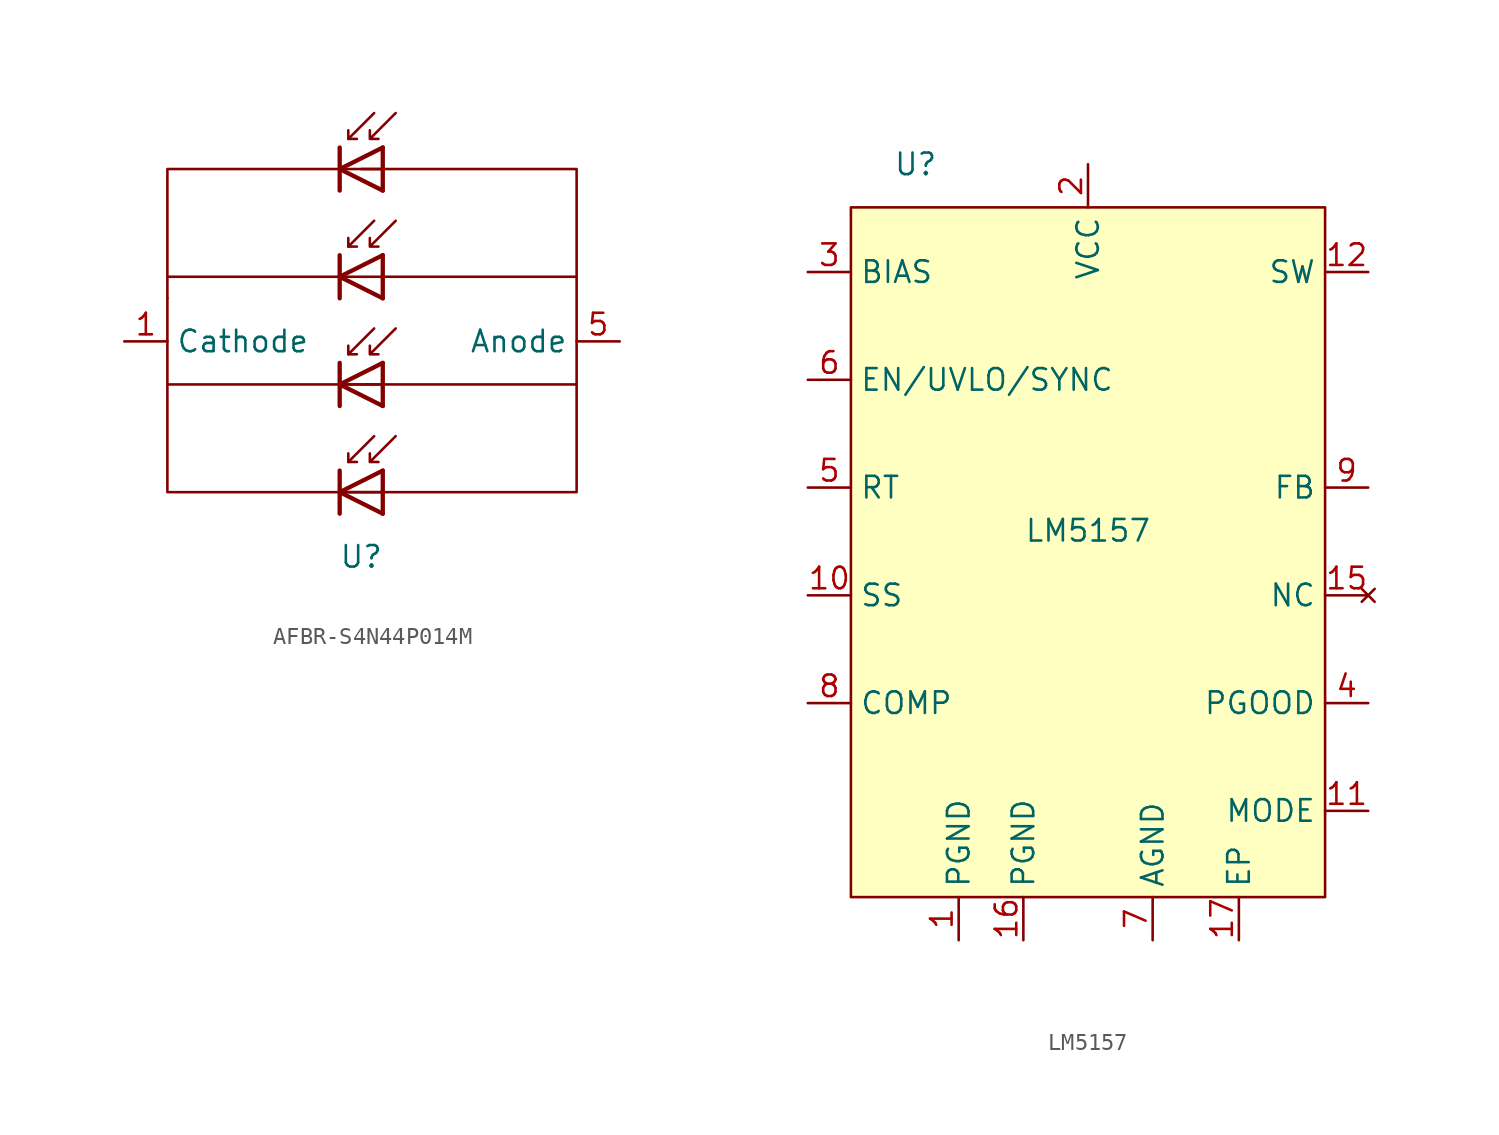
<source format=kicad_sym>
(kicad_symbol_lib
  (version 20220914)
  (generator kicad_symbol_editor)
  (symbol "AFBR-S4N44P014M"
    (property "Reference" "U"
      (at 0 -3.81 0)
      (effects (font (size 1.27 1.27))))
    (property "Value" ""
      (at 5.08 12.7 0)
      (effects (font (size 1.27 1.27))))
    (symbol "AFBR-S4N44P014M_0_1"
      (polyline (pts (xy -1.27 0) (xy 1.27 0)) (stroke (width 0) (type default)) (fill (type none)))
      (polyline (pts (xy -1.27 1.27) (xy -1.27 -1.27)) (stroke (width 0.254) (type default)) (fill (type none)))
      (polyline (pts (xy -1.27 6.35) (xy 1.27 6.35)) (stroke (width 0) (type default)) (fill (type none)))
      (polyline (pts (xy -1.27 7.62) (xy -1.27 5.08)) (stroke (width 0.254) (type default)) (fill (type none)))
      (polyline (pts (xy -1.27 12.7) (xy -11.43 12.7)) (stroke (width 0) (type default)) (fill (type none)))
      (polyline (pts (xy -1.27 12.7) (xy 1.27 12.7)) (stroke (width 0) (type default)) (fill (type none)))
      (polyline (pts (xy -1.27 13.97) (xy -1.27 11.43)) (stroke (width 0.254) (type default)) (fill (type none)))
      (polyline (pts (xy -1.27 19.05) (xy 1.27 19.05)) (stroke (width 0) (type default)) (fill (type none)))
      (polyline (pts (xy -1.27 20.32) (xy -1.27 17.78)) (stroke (width 0.254) (type default)) (fill (type none)))
      (polyline (pts (xy -0.762 1.778) (xy -0.254 1.778)) (stroke (width 0) (type default)) (fill (type none)))
      (polyline (pts (xy -0.762 8.128) (xy -0.254 8.128)) (stroke (width 0) (type default)) (fill (type none)))
      (polyline (pts (xy -0.762 14.478) (xy -0.254 14.478)) (stroke (width 0) (type default)) (fill (type none)))
      (polyline (pts (xy -0.762 20.828) (xy -0.254 20.828)) (stroke (width 0) (type default)) (fill (type none)))
      (polyline (pts (xy 1.27 1.27) (xy 1.27 -1.27)) (stroke (width 0.254) (type default)) (fill (type none)))
      (polyline (pts (xy 1.27 7.62) (xy 1.27 5.08)) (stroke (width 0.254) (type default)) (fill (type none)))
      (polyline (pts (xy 1.27 12.7) (xy 12.7 12.7)) (stroke (width 0) (type default)) (fill (type none)))
      (polyline (pts (xy 1.27 13.97) (xy 1.27 11.43)) (stroke (width 0.254) (type default)) (fill (type none)))
      (polyline (pts (xy 1.27 20.32) (xy 1.27 17.78)) (stroke (width 0.254) (type default)) (fill (type none)))
      (polyline (pts (xy -11.43 6.35) (xy -1.27 6.35) (xy 12.7 6.35)) (stroke (width 0) (type default)) (fill (type none)))
      (polyline (pts (xy -1.27 19.05) (xy -11.43 19.05) (xy -11.43 11.43)) (stroke (width 0) (type default)) (fill (type none)))
      (polyline (pts (xy 0.762 3.302) (xy -0.762 1.778) (xy -0.762 2.286)) (stroke (width 0) (type default)) (fill (type none)))
      (polyline (pts (xy 0.762 9.652) (xy -0.762 8.128) (xy -0.762 8.636)) (stroke (width 0) (type default)) (fill (type none)))
      (polyline (pts (xy 0.762 16.002) (xy -0.762 14.478) (xy -0.762 14.986)) (stroke (width 0) (type default)) (fill (type none)))
      (polyline (pts (xy 0.762 22.352) (xy -0.762 20.828) (xy -0.762 21.336)) (stroke (width 0) (type default)) (fill (type none)))
      (polyline (pts (xy 1.27 1.27) (xy -1.27 0) (xy 1.27 -1.27)) (stroke (width 0.254) (type default)) (fill (type none)))
      (polyline (pts (xy 1.27 7.62) (xy -1.27 6.35) (xy 1.27 5.08)) (stroke (width 0.254) (type default)) (fill (type none)))
      (polyline (pts (xy 1.27 13.97) (xy -1.27 12.7) (xy 1.27 11.43)) (stroke (width 0.254) (type default)) (fill (type none)))
      (polyline (pts (xy 1.27 20.32) (xy -1.27 19.05) (xy 1.27 17.78)) (stroke (width 0.254) (type default)) (fill (type none)))
      (polyline (pts (xy 0 19.05) (xy 12.7 19.05) (xy 12.7 0) (xy -11.43 0) (xy -11.43 11.43)) (stroke (width 0) (type default)) (fill (type none)))
      (polyline (pts (xy 2.032 3.302) (xy 0.508 1.778) (xy 0.508 2.286) (xy 0.508 1.778) (xy 1.016 1.778)) (stroke (width 0) (type default)) (fill (type none)))
      (polyline (pts (xy 2.032 9.652) (xy 0.508 8.128) (xy 0.508 8.636) (xy 0.508 8.128) (xy 1.016 8.128)) (stroke (width 0) (type default)) (fill (type none)))
      (polyline (pts (xy 2.032 16.002) (xy 0.508 14.478) (xy 0.508 14.986) (xy 0.508 14.478) (xy 1.016 14.478)) (stroke (width 0) (type default)) (fill (type none)))
      (polyline (pts (xy 2.032 22.352) (xy 0.508 20.828) (xy 0.508 21.336) (xy 0.508 20.828) (xy 1.016 20.828)) (stroke (width 0) (type default)) (fill (type none))))
    (symbol "AFBR-S4N44P014M_1_1"
      (pin input line (at -13.97 8.89 0) (length 2.54) (name "Cathode" (effects (font (size 1.27 1.27)))) (number "1" (effects (font (size 1.27 1.27)))))
      (pin input line (at -13.97 8.89 0) (length 2.54) hide (name "Cathode" (effects (font (size 1.27 1.27)))) (number "2" (effects (font (size 1.27 1.27)))))
      (pin input line (at -13.97 8.89 0) (length 2.54) hide (name "Cathode" (effects (font (size 1.27 1.27)))) (number "3" (effects (font (size 1.27 1.27)))))
      (pin input line (at -13.97 8.89 0) (length 2.54) hide (name "Cathode" (effects (font (size 1.27 1.27)))) (number "4" (effects (font (size 1.27 1.27)))))
      (pin input line (at 15.24 8.89 180) (length 2.54) (name "Anode" (effects (font (size 1.27 1.27)))) (number "5" (effects (font (size 1.27 1.27)))))))
  (symbol "LM5157"
    (property "Reference" "U"
      (at -10.16 21.59 0)
      (effects (font (size 1.27 1.27))))
    (property "Value" "LM5157"
      (at 0 0 0)
      (effects (font (size 1.27 1.27))))
    (symbol "LM5157_1_1"
      (rectangle (start -13.97 19.05) (end 13.97 -21.59) (stroke (width 0) (type default)) (fill (type background)))
      (pin power_in line (at -7.62 -24.13 90) (length 2.54) (name "PGND" (effects (font (size 1.27 1.27)))) (number "1" (effects (font (size 1.27 1.27)))))
      (pin input line (at -16.51 -3.81 0) (length 2.54) (name "SS" (effects (font (size 1.27 1.27)))) (number "10" (effects (font (size 1.27 1.27)))))
      (pin input line (at 16.51 -16.51 180) (length 2.54) (name "MODE" (effects (font (size 1.27 1.27)))) (number "11" (effects (font (size 1.27 1.27)))))
      (pin power_out line (at 16.51 15.24 180) (length 2.54) (name "SW" (effects (font (size 1.27 1.27)))) (number "12" (effects (font (size 1.27 1.27)))))
      (pin power_out line (at 16.51 15.24 180) (length 2.54) hide (name "SW" (effects (font (size 1.27 1.27)))) (number "13" (effects (font (size 1.27 1.27)))))
      (pin power_out line (at 16.51 15.24 180) (length 2.54) hide (name "SW" (effects (font (size 1.27 1.27)))) (number "14" (effects (font (size 1.27 1.27)))))
      (pin no_connect line (at 16.51 -3.81 180) (length 2.54) (name "NC" (effects (font (size 1.27 1.27)))) (number "15" (effects (font (size 1.27 1.27)))))
      (pin power_in line (at -3.81 -24.13 90) (length 2.54) (name "PGND" (effects (font (size 1.27 1.27)))) (number "16" (effects (font (size 1.27 1.27)))))
      (pin power_in line (at 8.89 -24.13 90) (length 2.54) (name "EP" (effects (font (size 1.27 1.27)))) (number "17" (effects (font (size 1.27 1.27)))))
      (pin power_in line (at 0 21.59 270) (length 2.54) (name "VCC" (effects (font (size 1.27 1.27)))) (number "2" (effects (font (size 1.27 1.27)))))
      (pin power_in line (at -16.51 15.24 0) (length 2.54) (name "BIAS" (effects (font (size 1.27 1.27)))) (number "3" (effects (font (size 1.27 1.27)))))
      (pin output line (at 16.51 -10.16 180) (length 2.54) (name "PGOOD" (effects (font (size 1.27 1.27)))) (number "4" (effects (font (size 1.27 1.27)))))
      (pin input line (at -16.51 2.54 0) (length 2.54) (name "RT" (effects (font (size 1.27 1.27)))) (number "5" (effects (font (size 1.27 1.27)))))
      (pin input line (at -16.51 8.89 0) (length 2.54) (name "EN/UVLO/SYNC" (effects (font (size 1.27 1.27)))) (number "6" (effects (font (size 1.27 1.27)))))
      (pin power_in line (at 3.81 -24.13 90) (length 2.54) (name "AGND" (effects (font (size 1.27 1.27)))) (number "7" (effects (font (size 1.27 1.27)))))
      (pin output line (at -16.51 -10.16 0) (length 2.54) (name "COMP" (effects (font (size 1.27 1.27)))) (number "8" (effects (font (size 1.27 1.27)))))
      (pin input line (at 16.51 2.54 180) (length 2.54) (name "FB" (effects (font (size 1.27 1.27)))) (number "9" (effects (font (size 1.27 1.27))))))))
</source>
